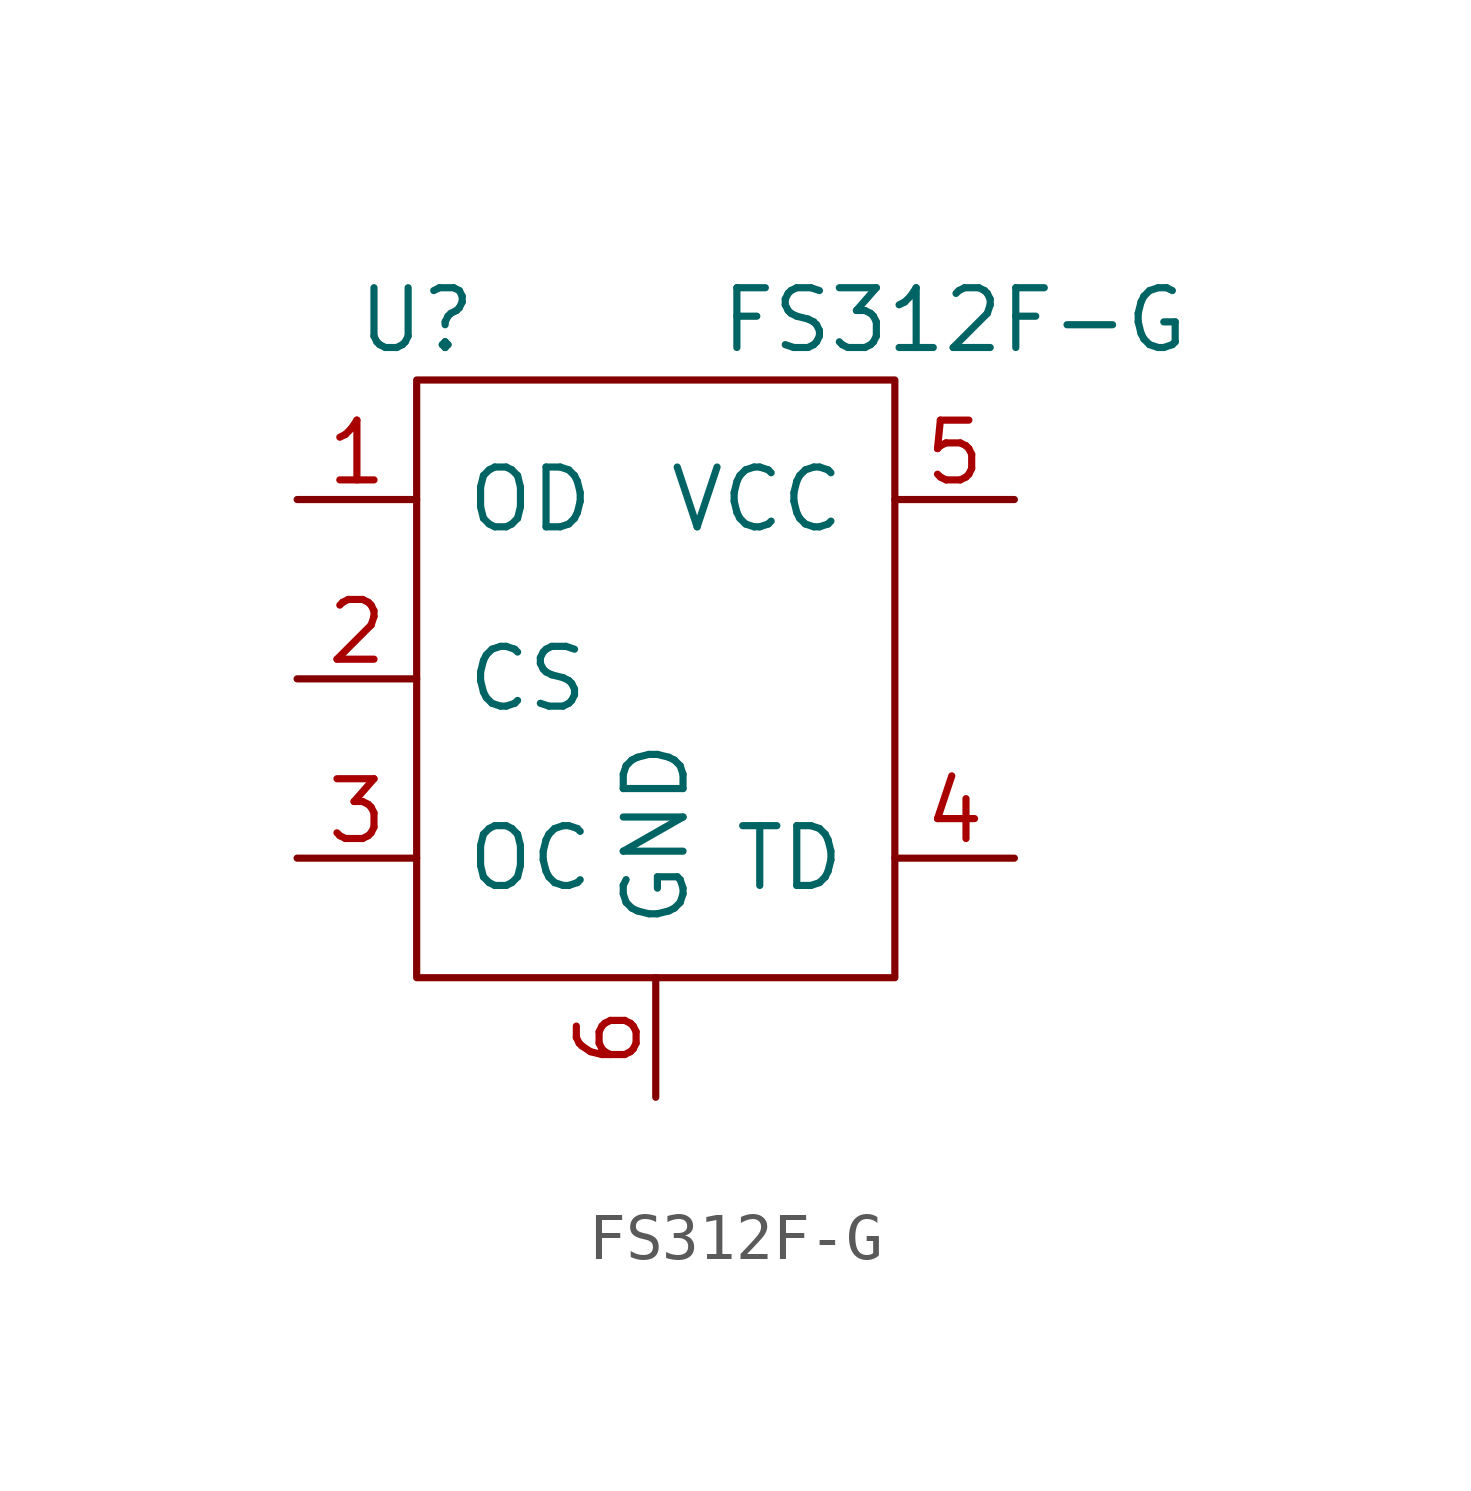
<source format=kicad_sym>
(kicad_symbol_lib
  (version 20211014)
  (generator kicad_symbol_editor)
  (symbol "FS312F-G"
    (pin_names
      (offset 1.016))
    (property "Reference" "U"
      (at -5.08 7.62 0)
      (effects (font (size 1.27 1.27))))
    (property "Value" "FS312F-G"
      (at 6.35 7.62 0)
      (effects (font (size 1.27 1.27))))
    (symbol "FS312F-G_0_1"
      (rectangle (start -5.08 6.35) (end 5.08 -6.35) (stroke (width 0) (type default) (color 0 0 0 0)) (fill (type none))))
    (symbol "FS312F-G_1_1"
      (pin output line (at -7.62 3.81 0) (length 2.54) (name "OD" (effects (font (size 1.27 1.27)))) (number "1" (effects (font (size 1.27 1.27)))))
      (pin input line (at -7.62 0 0) (length 2.54) (name "CS" (effects (font (size 1.27 1.27)))) (number "2" (effects (font (size 1.27 1.27)))))
      (pin output line (at -7.62 -3.81 0) (length 2.54) (name "OC" (effects (font (size 1.27 1.27)))) (number "3" (effects (font (size 1.27 1.27)))))
      (pin input line (at 7.62 -3.81 180) (length 2.54) (name "TD" (effects (font (size 1.27 1.27)))) (number "4" (effects (font (size 1.27 1.27)))))
      (pin power_in line (at 7.62 3.81 180) (length 2.54) (name "VCC" (effects (font (size 1.27 1.27)))) (number "5" (effects (font (size 1.27 1.27)))))
      (pin power_in line (at 0 -8.89 90) (length 2.54) (name "GND" (effects (font (size 1.27 1.27)))) (number "6" (effects (font (size 1.27 1.27))))))))
</source>
